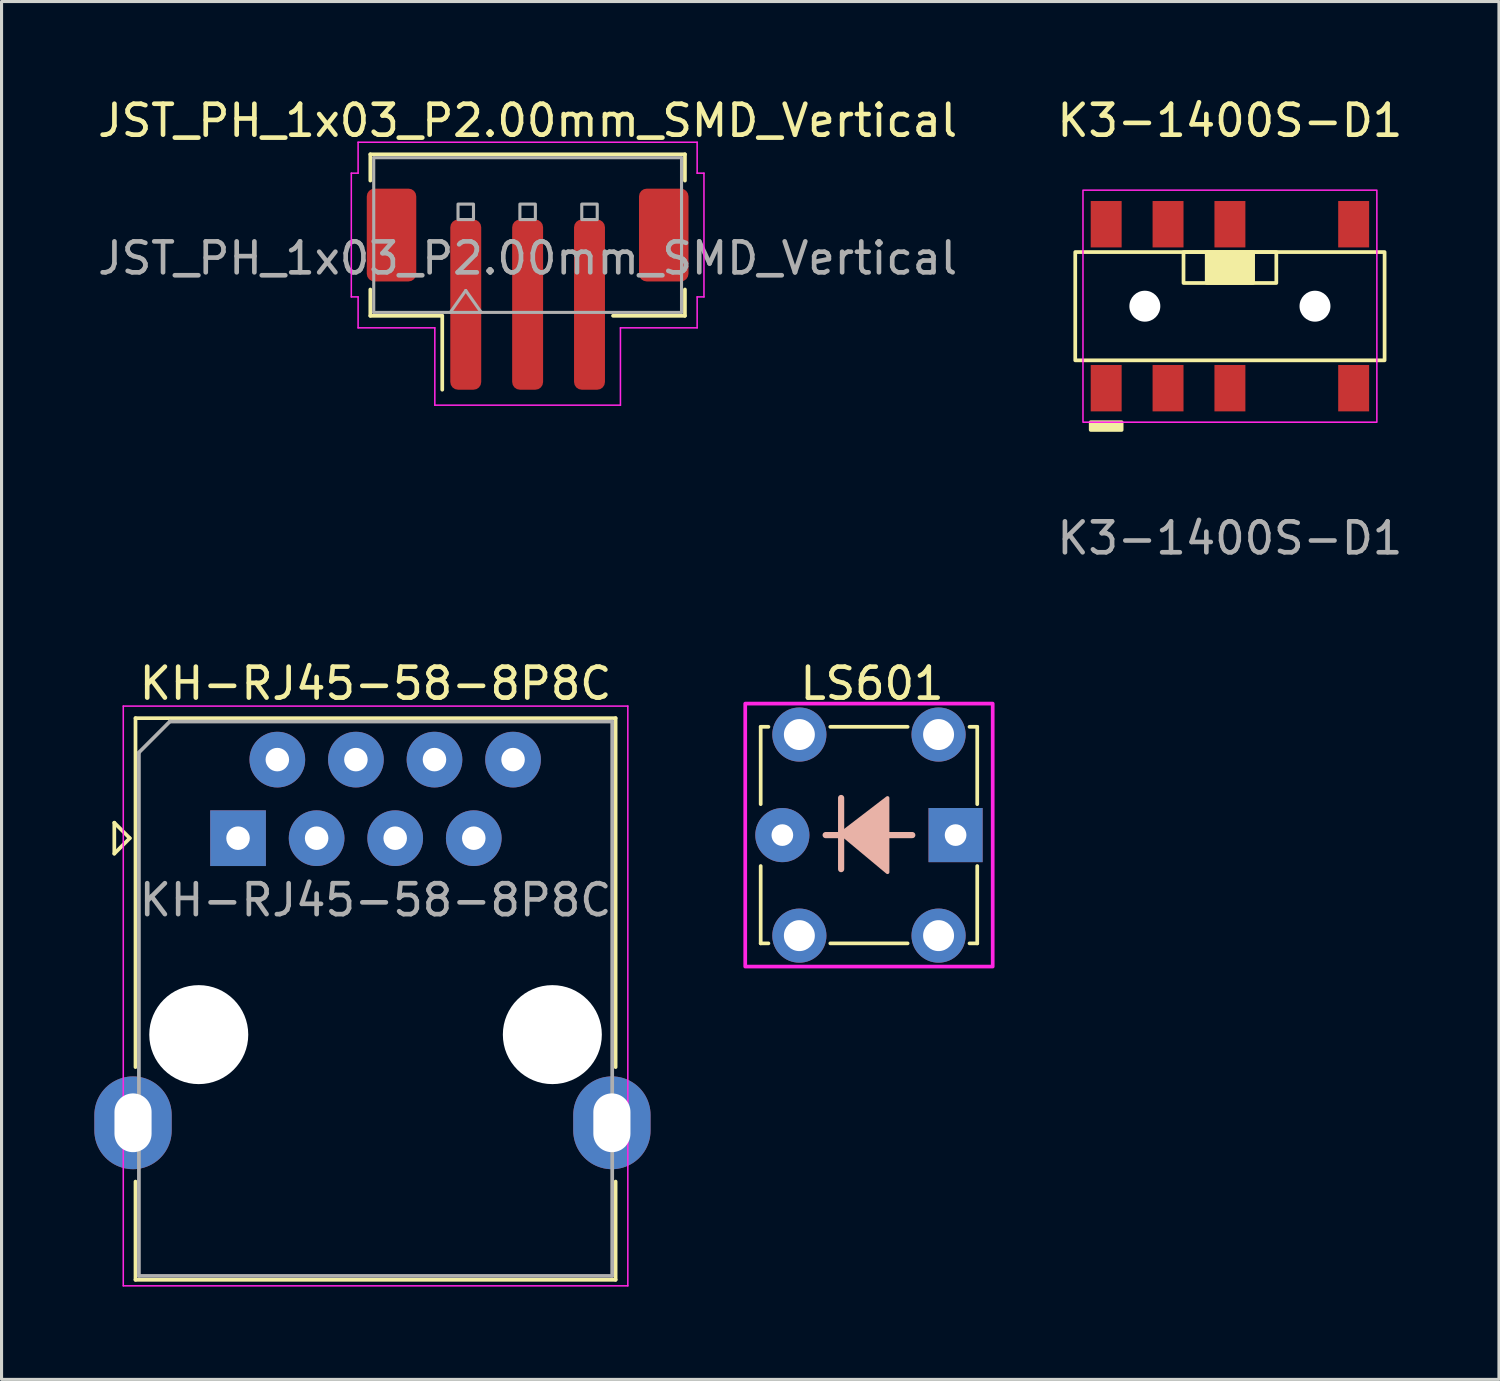
<source format=kicad_pcb>
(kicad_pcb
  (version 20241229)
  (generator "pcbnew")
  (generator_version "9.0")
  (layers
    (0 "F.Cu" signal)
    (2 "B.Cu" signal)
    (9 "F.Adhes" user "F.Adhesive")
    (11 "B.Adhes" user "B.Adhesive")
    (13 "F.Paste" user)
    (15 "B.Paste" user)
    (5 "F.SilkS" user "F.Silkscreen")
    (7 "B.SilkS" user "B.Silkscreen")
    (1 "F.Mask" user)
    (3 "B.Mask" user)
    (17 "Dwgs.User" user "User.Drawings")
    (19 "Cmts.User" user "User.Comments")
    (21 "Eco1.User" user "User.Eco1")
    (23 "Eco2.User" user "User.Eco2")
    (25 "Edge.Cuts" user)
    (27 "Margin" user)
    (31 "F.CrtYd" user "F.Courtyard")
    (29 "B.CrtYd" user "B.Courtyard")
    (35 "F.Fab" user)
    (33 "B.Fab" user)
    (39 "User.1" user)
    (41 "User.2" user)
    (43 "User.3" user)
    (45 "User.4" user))
  (footprint "JST_PH_1x03_P2.00mm_SMD_Vertical"
    (layer "F.Cu")
    (at 14.006 6.298)
    (property "Reference" "JST_PH_1x03_P2.00mm_SMD_Vertical" (at 0 -5.45 0) (layer "F.SilkS") (effects (font (size 1 1) (thickness 0.15))))
    (attr smd)
    (fp_line (start -5.085 -4.36) (end 5.085 -4.36) (stroke (width 0.12) (type solid)) (layer "F.SilkS"))
    (fp_line (start -5.085 -3.51) (end -5.085 -4.36) (stroke (width 0.12) (type solid)) (layer "F.SilkS"))
    (fp_line (start -5.085 0.01) (end -5.085 0.86) (stroke (width 0.12) (type solid)) (layer "F.SilkS"))
    (fp_line (start -5.085 0.86) (end -2.76 0.86) (stroke (width 0.12) (type solid)) (layer "F.SilkS"))
    (fp_line (start -2.76 0.86) (end -2.76 3.25) (stroke (width 0.12) (type solid)) (layer "F.SilkS"))
    (fp_line (start 5.085 -4.36) (end 5.085 -3.51) (stroke (width 0.12) (type solid)) (layer "F.SilkS"))
    (fp_line (start 5.085 0.01) (end 5.085 0.86) (stroke (width 0.12) (type solid)) (layer "F.SilkS"))
    (fp_line (start 5.085 0.86) (end 2.76 0.86) (stroke (width 0.12) (type solid)) (layer "F.SilkS"))
    (fp_line (start -5.7 -3.75) (end -5.48 -3.75) (stroke (width 0.05) (type solid)) (layer "F.CrtYd"))
    (fp_line (start -5.7 0.25) (end -5.7 -3.75) (stroke (width 0.05) (type solid)) (layer "F.CrtYd"))
    (fp_line (start -5.48 -4.75) (end 5.48 -4.75) (stroke (width 0.05) (type solid)) (layer "F.CrtYd"))
    (fp_line (start -5.48 -3.75) (end -5.48 -4.75) (stroke (width 0.05) (type solid)) (layer "F.CrtYd"))
    (fp_line (start -5.48 0.25) (end -5.7 0.25) (stroke (width 0.05) (type solid)) (layer "F.CrtYd"))
    (fp_line (start -5.48 1.25) (end -5.48 0.25) (stroke (width 0.05) (type solid)) (layer "F.CrtYd"))
    (fp_line (start -3 1.25) (end -5.48 1.25) (stroke (width 0.05) (type solid)) (layer "F.CrtYd"))
    (fp_line (start -3 3.75) (end -3 1.25) (stroke (width 0.05) (type solid)) (layer "F.CrtYd"))
    (fp_line (start 3 1.25) (end 3 3.75) (stroke (width 0.05) (type solid)) (layer "F.CrtYd"))
    (fp_line (start 3 3.75) (end -3 3.75) (stroke (width 0.05) (type solid)) (layer "F.CrtYd"))
    (fp_line (start 5.48 -4.75) (end 5.48 -3.75) (stroke (width 0.05) (type solid)) (layer "F.CrtYd"))
    (fp_line (start 5.48 -3.75) (end 5.7 -3.75) (stroke (width 0.05) (type solid)) (layer "F.CrtYd"))
    (fp_line (start 5.48 0.25) (end 5.48 1.25) (stroke (width 0.05) (type solid)) (layer "F.CrtYd"))
    (fp_line (start 5.48 1.25) (end 3 1.25) (stroke (width 0.05) (type solid)) (layer "F.CrtYd"))
    (fp_line (start 5.7 -3.75) (end 5.7 0.25) (stroke (width 0.05) (type solid)) (layer "F.CrtYd"))
    (fp_line (start 5.7 0.25) (end 5.48 0.25) (stroke (width 0.05) (type solid)) (layer "F.CrtYd"))
    (fp_line (start -4.975 -4.25) (end 4.975 -4.25) (stroke (width 0.1) (type solid)) (layer "F.Fab"))
    (fp_line (start -4.975 0.75) (end -4.975 -4.25) (stroke (width 0.1) (type solid)) (layer "F.Fab"))
    (fp_line (start -4.975 0.75) (end 4.975 0.75) (stroke (width 0.1) (type solid)) (layer "F.Fab"))
    (fp_line (start -2.5 0.75) (end -2 0.043) (stroke (width 0.1) (type solid)) (layer "F.Fab"))
    (fp_line (start -2 0.043) (end -1.5 0.75) (stroke (width 0.1) (type solid)) (layer "F.Fab"))
    (fp_line (start 4.975 0.75) (end 4.975 -4.25) (stroke (width 0.1) (type solid)) (layer "F.Fab"))
    (fp_rect (start -2.25 -2.75) (end -1.75 -2.25) (stroke (width 0.1) (type solid)) (fill no) (layer "F.Fab"))
    (fp_rect (start -0.25 -2.75) (end 0.25 -2.25) (stroke (width 0.1) (type solid)) (fill no) (layer "F.Fab"))
    (fp_rect (start 1.75 -2.75) (end 2.25 -2.25) (stroke (width 0.1) (type solid)) (fill no) (layer "F.Fab"))
    (fp_text user "${REFERENCE}" (at 0 -1 0) (layer "F.Fab") (effects (font (size 1 1) (thickness 0.15))))
    (pad "1" smd roundrect (at -2 0.5) (size 1 5.5) (layers "F.Cu" "F.Mask" "F.Paste") (roundrect_rratio 0.25))
    (pad "2" smd roundrect (at 0 0.5) (size 1 5.5) (layers "F.Cu" "F.Mask" "F.Paste") (roundrect_rratio 0.25))
    (pad "3" smd roundrect (at 2 0.5) (size 1 5.5) (layers "F.Cu" "F.Mask" "F.Paste") (roundrect_rratio 0.25))
    (pad "MP" smd roundrect (at -4.4 -1.75) (size 1.6 3) (layers "F.Cu" "F.Mask" "F.Paste") (roundrect_rratio 0.156))
    (pad "MP" smd roundrect (at 4.4 -1.75) (size 1.6 3) (layers "F.Cu" "F.Mask" "F.Paste") (roundrect_rratio 0.156)))
  (footprint "K3-1400S-D1"
    (layer "F.Cu")
    (at 36.708 6.848)
    (property "Reference" "K3-1400S-D1" (at 0 -6 0) (unlocked yes) (layer "F.SilkS") (effects (font (size 1 1) (thickness 0.15))))
    (attr smd)
    (fp_rect (start -5 -1.75) (end 5 1.75) (stroke (width 0.12) (type default)) (fill no) (layer "F.SilkS"))
    (fp_rect (start -4.5 3.75) (end -3.5 4) (stroke (width 0.12) (type solid)) (fill yes) (layer "F.SilkS"))
    (fp_rect (start -1.5 -1.75) (end 1.5 -0.75) (stroke (width 0.12) (type default)) (fill no) (layer "F.SilkS"))
    (fp_rect (start -0.75 -1.75) (end 0.75 -0.75) (stroke (width 0.12) (type default)) (fill yes) (layer "F.SilkS"))
    (fp_rect (start -4.75 -3.75) (end 4.75 3.75) (stroke (width 0.05) (type default)) (fill no) (layer "F.CrtYd"))
    (fp_text user "${REFERENCE}" (at 0 7.5 0) (unlocked yes) (layer "F.Fab") (effects (font (size 1 1) (thickness 0.15))))
    (pad "" smd rect (at -4 -2.65) (size 1 1.5) (layers "F.Cu" "F.Mask" "F.Paste"))
    (pad "" smd rect (at -4 2.65) (size 1 1.5) (layers "F.Cu" "F.Mask" "F.Paste"))
    (pad "" np_thru_hole circle (at -2.75 0) (size 1 1) (drill 1) (layers "*.Cu" "*.Mask"))
    (pad "" smd rect (at -2 -2.65) (size 1 1.5) (layers "F.Cu" "F.Mask" "F.Paste"))
    (pad "" smd rect (at -2 2.65) (size 1 1.5) (layers "F.Cu" "F.Mask" "F.Paste"))
    (pad "" smd rect (at 0 -2.65) (size 1 1.5) (layers "F.Cu" "F.Mask" "F.Paste"))
    (pad "" smd rect (at 0 2.65) (size 1 1.5) (layers "F.Cu" "F.Mask" "F.Paste"))
    (pad "" np_thru_hole circle (at 2.75 0) (size 1 1) (drill 1) (layers "*.Cu" "*.Mask"))
    (pad "" smd rect (at 4 -2.65) (size 1 1.5) (layers "F.Cu" "F.Mask" "F.Paste"))
    (pad "" smd rect (at 4 2.65) (size 1 1.5) (layers "F.Cu" "F.Mask" "F.Paste")))
  (footprint "LS601"
    (layer "F.Cu")
    (at 25.04 23.945)
    (property "Reference" "LS601" (at 0.1 -4.9 0) (unlocked yes) (layer "F.SilkS") (effects (font (size 1 1) (thickness 0.15))))
    (attr through_hole)
    (fp_line (start -3.5 -3.5) (end -3.5 -1) (stroke (width 0.12) (type solid)) (layer "F.SilkS"))
    (fp_line (start -3.5 -3.5) (end -3.25 -3.5) (stroke (width 0.12) (type solid)) (layer "F.SilkS"))
    (fp_line (start -3.5 3.5) (end -3.5 1) (stroke (width 0.12) (type solid)) (layer "F.SilkS"))
    (fp_line (start -3.5 3.5) (end -3.25 3.5) (stroke (width 0.12) (type solid)) (layer "F.SilkS"))
    (fp_line (start -1.25 -3.5) (end 1.25 -3.5) (stroke (width 0.12) (type solid)) (layer "F.SilkS"))
    (fp_line (start -1.25 3.5) (end 1.25 3.5) (stroke (width 0.12) (type solid)) (layer "F.SilkS"))
    (fp_line (start 3.25 -3.5) (end 3.5 -3.5) (stroke (width 0.12) (type solid)) (layer "F.SilkS"))
    (fp_line (start 3.5 -3.5) (end 3.5 -1) (stroke (width 0.12) (type solid)) (layer "F.SilkS"))
    (fp_line (start 3.5 1) (end 3.5 3.5) (stroke (width 0.12) (type solid)) (layer "F.SilkS"))
    (fp_line (start 3.5 3.5) (end 3.25 3.5) (stroke (width 0.12) (type solid)) (layer "F.SilkS"))
    (fp_line (start -0.9 -1.2) (end -0.9 1.1) (stroke (width 0.2) (type solid)) (layer "B.SilkS"))
    (fp_line (start 1.4 0) (end -1.4 0) (stroke (width 0.2) (type solid)) (layer "B.SilkS"))
    (fp_poly (pts (xy 0.6 1.2) (xy -0.9 -0.05) (xy 0.6 -1.2)) (stroke (width 0.12) (type solid)) (fill yes) (layer "B.SilkS"))
    (fp_rect (start -4 -4.25) (end 4 4.25) (stroke (width 0.12) (type solid)) (fill no) (layer "F.CrtYd"))
    (pad "1" thru_hole circle (at -2.25 -3.25) (size 1.75 1.75) (drill 1) (layers "*.Cu" "*.Mask"))
    (pad "1" thru_hole circle (at -2.25 3.25) (size 1.75 1.75) (drill 1) (layers "*.Cu" "*.Mask"))
    (pad "2" thru_hole circle (at -2.8 0) (size 1.75 1.75) (drill 0.7) (layers "*.Cu" "*.Mask"))
    (pad "3" thru_hole rect (at 2.8 0) (size 1.75 1.75) (drill 0.7) (layers "*.Cu" "*.Mask"))
    (pad "4" thru_hole circle (at 2.25 -3.25) (size 1.75 1.75) (drill 1) (layers "*.Cu" "*.Mask"))
    (pad "4" thru_hole circle (at 2.25 3.25) (size 1.75 1.75) (drill 1) (layers "*.Cu" "*.Mask")))
  (footprint "KH-RJ45-58-8P8C"
    (layer "F.Cu")
    (at 8.99 24.045)
    (property "Reference" "KH-RJ45-58-8P8C" (at 0.1 -5 0) (layer "F.SilkS") (effects (font (size 1 1) (thickness 0.15))))
    (attr through_hole)
    (fp_line (start -8.345 -0.5) (end -8.345 0.5) (stroke (width 0.12) (type solid)) (layer "F.SilkS"))
    (fp_line (start -8.345 0.5) (end -7.845 0) (stroke (width 0.12) (type solid)) (layer "F.SilkS"))
    (fp_line (start -7.845 0) (end -8.345 -0.5) (stroke (width 0.12) (type solid)) (layer "F.SilkS"))
    (fp_line (start -7.66 -3.88) (end -7.66 7.4) (stroke (width 0.12) (type solid)) (layer "F.SilkS"))
    (fp_line (start -7.66 14.275) (end -7.66 11.1) (stroke (width 0.12) (type solid)) (layer "F.SilkS"))
    (fp_line (start -7.66 14.275) (end 7.86 14.275) (stroke (width 0.12) (type solid)) (layer "F.SilkS"))
    (fp_line (start 7.86 -3.88) (end -7.66 -3.88) (stroke (width 0.12) (type solid)) (layer "F.SilkS"))
    (fp_line (start 7.86 -3.88) (end 7.86 7.4) (stroke (width 0.12) (type solid)) (layer "F.SilkS"))
    (fp_line (start 7.86 14.275) (end 7.86 11.1) (stroke (width 0.12) (type default)) (layer "F.SilkS"))
    (fp_line (start -8.055 -4.27) (end -8.055 14.47) (stroke (width 0.05) (type solid)) (layer "F.CrtYd"))
    (fp_line (start -8.055 -4.27) (end 8.255 -4.27) (stroke (width 0.05) (type solid)) (layer "F.CrtYd"))
    (fp_line (start 8.255 14.47) (end -8.055 14.47) (stroke (width 0.05) (type solid)) (layer "F.CrtYd"))
    (fp_line (start 8.255 14.47) (end 8.255 -4.27) (stroke (width 0.05) (type solid)) (layer "F.CrtYd"))
    (fp_line (start -7.55 -2.77) (end -6.55 -3.77) (stroke (width 0.12) (type solid)) (layer "F.Fab"))
    (fp_line (start -7.55 14.15) (end -7.55 -2.77) (stroke (width 0.12) (type solid)) (layer "F.Fab"))
    (fp_line (start -6.55 -3.77) (end 7.75 -3.77) (stroke (width 0.12) (type solid)) (layer "F.Fab"))
    (fp_line (start 7.75 -3.77) (end 7.75 14.15) (stroke (width 0.12) (type solid)) (layer "F.Fab"))
    (fp_line (start 7.75 14.15) (end -7.55 14.15) (stroke (width 0.12) (type solid)) (layer "F.Fab"))
    (fp_text user "${REFERENCE}" (at 0.1 2 0) (layer "F.Fab") (effects (font (size 1 1) (thickness 0.15))))
    (pad "" np_thru_hole circle (at -5.615 6.35) (size 3.2 3.2) (drill 3.2) (layers "*.Cu" "*.Mask"))
    (pad "" np_thru_hole circle (at 5.815 6.35) (size 3.2 3.2) (drill 3.2) (layers "*.Cu" "*.Mask"))
    (pad "1" thru_hole rect (at -4.345 0) (size 1.8 1.8) (drill 0.76) (layers "*.Cu" "*.Mask"))
    (pad "2" thru_hole circle (at -3.075 -2.54) (size 1.8 1.8) (drill 0.76) (layers "*.Cu" "*.Mask"))
    (pad "3" thru_hole circle (at -1.805 0) (size 1.8 1.8) (drill 0.76) (layers "*.Cu" "*.Mask"))
    (pad "4" thru_hole circle (at -0.535 -2.54) (size 1.8 1.8) (drill 0.76) (layers "*.Cu" "*.Mask"))
    (pad "5" thru_hole circle (at 0.735 0) (size 1.8 1.8) (drill 0.76) (layers "*.Cu" "*.Mask"))
    (pad "6" thru_hole circle (at 2.005 -2.54) (size 1.8 1.8) (drill 0.76) (layers "*.Cu" "*.Mask"))
    (pad "7" thru_hole circle (at 3.275 0) (size 1.8 1.8) (drill 0.76) (layers "*.Cu" "*.Mask"))
    (pad "8" thru_hole circle (at 4.545 -2.54) (size 1.8 1.8) (drill 0.76) (layers "*.Cu" "*.Mask"))
    (pad "9" thru_hole oval (at -7.74 9.2) (size 2.5 3) (drill oval 1.2 1.9) (layers "*.Cu" "*.Mask"))
    (pad "10" thru_hole oval (at 7.74 9.2) (size 2.5 3) (drill oval 1.2 1.9) (layers "*.Cu" "*.Mask")))
  (gr_rect
    (start -3 -3)
    (end 45.405 41.54)
    (stroke (width 0.1) (type default))
    (fill no)
    (layer "Edge.Cuts")))
</source>
